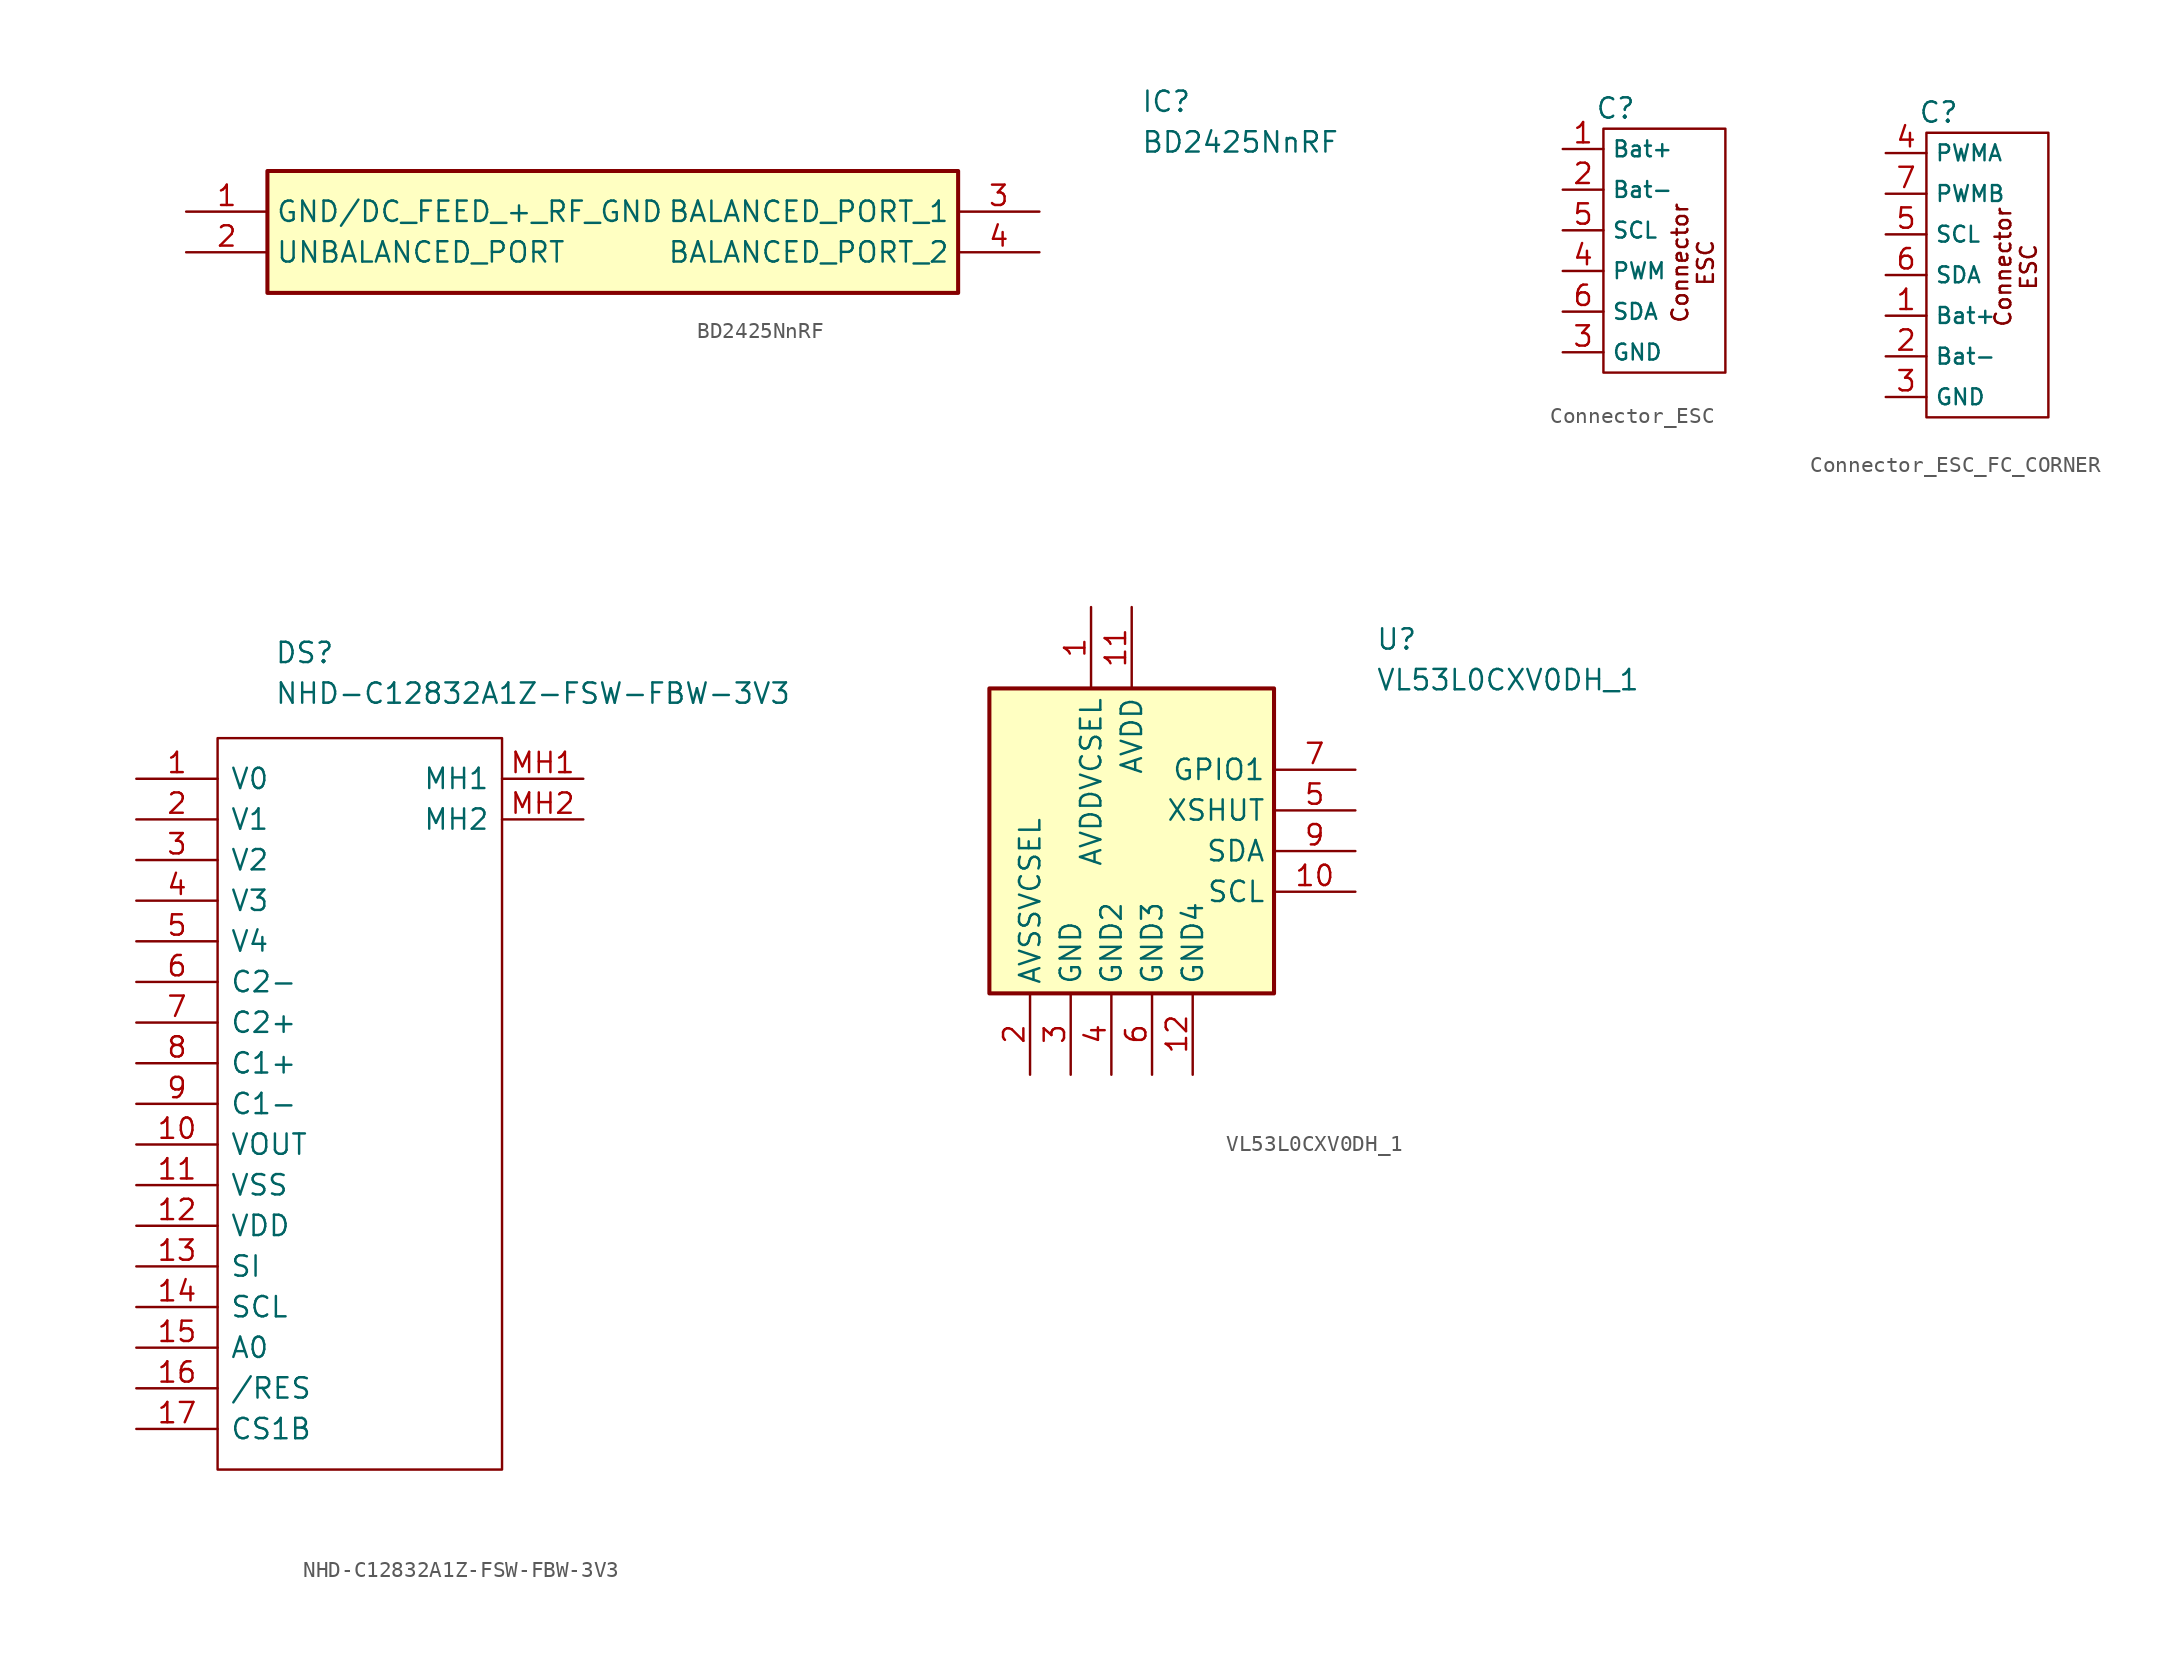
<source format=kicad_sym>
(kicad_symbol_lib
  (version 20231120)
  (generator "kicad_symbol_editor")
  (generator_version "8.0")
  (symbol "BD2425NnRF"
    (property "Reference" "IC"
      (at 59.69 7.62 0)
      (effects (font (size 1.27 1.27)) (justify left top)))
    (property "Value" "BD2425NnRF"
      (at 59.69 5.08 0)
      (effects (font (size 1.27 1.27)) (justify left top)))
    (symbol "BD2425NnRF_1_1"
      (rectangle (start 5.08 2.54) (end 48.26 -5.08) (stroke (width 0.254) (type default)) (fill (type background)))
      (pin passive line (at 0 0 0) (length 5.08) (name "GND/DC_FEED_+_RF_GND" (effects (font (size 1.27 1.27)))) (number "1" (effects (font (size 1.27 1.27)))))
      (pin passive line (at 0 -2.54 0) (length 5.08) (name "UNBALANCED_PORT" (effects (font (size 1.27 1.27)))) (number "2" (effects (font (size 1.27 1.27)))))
      (pin passive line (at 53.34 0 180) (length 5.08) (name "BALANCED_PORT_1" (effects (font (size 1.27 1.27)))) (number "3" (effects (font (size 1.27 1.27)))))
      (pin passive line (at 53.34 -2.54 180) (length 5.08) (name "BALANCED_PORT_2" (effects (font (size 1.27 1.27)))) (number "4" (effects (font (size 1.27 1.27)))))))
  (symbol "Connector_ESC"
    (property "Reference" "C"
      (at -4.318 11.43 0)
      (effects (font (size 1.27 1.27))))
    (property "Value" ""
      (at -8.89 5.08 0)
      (effects (font (size 1.27 1.27))))
    (symbol "Connector_ESC_0_1"
      (rectangle (start -5.08 10.16) (end 2.54 -5.08) (stroke (width 0) (type default)) (fill (type none))))
    (symbol "Connector_ESC_1_1"
      (text "Connector\nESC" (at 0.508 1.778 900) (effects (font (size 0.991 0.991))))
      (pin input line (at -7.62 8.89 0) (length 2.54) (name "Bat+" (effects (font (size 0.991 0.991)))) (number "1" (effects (font (size 1.27 1.27)))))
      (pin input line (at -7.62 6.35 0) (length 2.54) (name "Bat-" (effects (font (size 0.991 0.991)))) (number "2" (effects (font (size 1.27 1.27)))))
      (pin input line (at -7.62 -3.81 0) (length 2.54) (name "GND" (effects (font (size 0.991 0.991)))) (number "3" (effects (font (size 1.27 1.27)))))
      (pin input line (at -7.62 1.27 0) (length 2.54) (name "PWM" (effects (font (size 0.991 0.991)))) (number "4" (effects (font (size 1.27 1.27)))))
      (pin input line (at -7.62 3.81 0) (length 2.54) (name "SCL" (effects (font (size 0.991 0.991)))) (number "5" (effects (font (size 1.27 1.27)))))
      (pin input line (at -7.62 -1.27 0) (length 2.54) (name "SDA" (effects (font (size 0.991 0.991)))) (number "6" (effects (font (size 1.27 1.27)))))))
  (symbol "Connector_ESC_FC_CORNER"
    (property "Reference" "C"
      (at -4.318 11.43 0)
      (effects (font (size 1.27 1.27))))
    (property "Value" ""
      (at -8.89 5.08 0)
      (effects (font (size 1.27 1.27))))
    (symbol "Connector_ESC_FC_CORNER_0_1"
      (rectangle (start -5.08 10.16) (end 2.54 -7.62) (stroke (width 0) (type default)) (fill (type none))))
    (symbol "Connector_ESC_FC_CORNER_1_1"
      (text "Connector\nESC" (at 0.508 1.778 900) (effects (font (size 0.991 0.991))))
      (pin input line (at -7.62 -1.27 0) (length 2.54) (name "Bat+" (effects (font (size 0.991 0.991)))) (number "1" (effects (font (size 1.27 1.27)))))
      (pin input line (at -7.62 -3.81 0) (length 2.54) (name "Bat-" (effects (font (size 0.991 0.991)))) (number "2" (effects (font (size 1.27 1.27)))))
      (pin input line (at -7.62 -6.35 0) (length 2.54) (name "GND" (effects (font (size 0.991 0.991)))) (number "3" (effects (font (size 1.27 1.27)))))
      (pin input line (at -7.62 8.89 0) (length 2.54) (name "PWMA" (effects (font (size 0.991 0.991)))) (number "4" (effects (font (size 1.27 1.27)))))
      (pin input line (at -7.62 3.81 0) (length 2.54) (name "SCL" (effects (font (size 0.991 0.991)))) (number "5" (effects (font (size 1.27 1.27)))))
      (pin input line (at -7.62 1.27 0) (length 2.54) (name "SDA" (effects (font (size 0.991 0.991)))) (number "6" (effects (font (size 1.27 1.27)))))
      (pin input line (at -7.62 6.35 0) (length 2.54) (name "PWMB" (effects (font (size 0.991 0.991)))) (number "7" (effects (font (size 1.27 1.27)))))))
  (symbol "NHD-C12832A1Z-FSW-FBW-3V3"
    (pin_names
      (offset 0.762))
    (property "Reference" "DS"
      (at 8.636 7.874 0)
      (effects (font (size 1.27 1.27)) (justify left)))
    (property "Value" "NHD-C12832A1Z-FSW-FBW-3V3"
      (at 8.636 5.334 0)
      (effects (font (size 1.27 1.27)) (justify left)))
    (symbol "NHD-C12832A1Z-FSW-FBW-3V3_0_0"
      (pin passive line (at 0 0 0) (length 5.08) (name "V0" (effects (font (size 1.27 1.27)))) (number "1" (effects (font (size 1.27 1.27)))))
      (pin passive line (at 0 -22.86 0) (length 5.08) (name "VOUT" (effects (font (size 1.27 1.27)))) (number "10" (effects (font (size 1.27 1.27)))))
      (pin passive line (at 0 -25.4 0) (length 5.08) (name "VSS" (effects (font (size 1.27 1.27)))) (number "11" (effects (font (size 1.27 1.27)))))
      (pin passive line (at 0 -27.94 0) (length 5.08) (name "VDD" (effects (font (size 1.27 1.27)))) (number "12" (effects (font (size 1.27 1.27)))))
      (pin passive line (at 0 -30.48 0) (length 5.08) (name "SI" (effects (font (size 1.27 1.27)))) (number "13" (effects (font (size 1.27 1.27)))))
      (pin passive line (at 0 -33.02 0) (length 5.08) (name "SCL" (effects (font (size 1.27 1.27)))) (number "14" (effects (font (size 1.27 1.27)))))
      (pin passive line (at 0 -35.56 0) (length 5.08) (name "A0" (effects (font (size 1.27 1.27)))) (number "15" (effects (font (size 1.27 1.27)))))
      (pin passive line (at 0 -38.1 0) (length 5.08) (name "/RES" (effects (font (size 1.27 1.27)))) (number "16" (effects (font (size 1.27 1.27)))))
      (pin passive line (at 0 -40.64 0) (length 5.08) (name "CS1B" (effects (font (size 1.27 1.27)))) (number "17" (effects (font (size 1.27 1.27)))))
      (pin passive line (at 0 -2.54 0) (length 5.08) (name "V1" (effects (font (size 1.27 1.27)))) (number "2" (effects (font (size 1.27 1.27)))))
      (pin passive line (at 0 -5.08 0) (length 5.08) (name "V2" (effects (font (size 1.27 1.27)))) (number "3" (effects (font (size 1.27 1.27)))))
      (pin passive line (at 0 -7.62 0) (length 5.08) (name "V3" (effects (font (size 1.27 1.27)))) (number "4" (effects (font (size 1.27 1.27)))))
      (pin passive line (at 0 -10.16 0) (length 5.08) (name "V4" (effects (font (size 1.27 1.27)))) (number "5" (effects (font (size 1.27 1.27)))))
      (pin passive line (at 0 -12.7 0) (length 5.08) (name "C2-" (effects (font (size 1.27 1.27)))) (number "6" (effects (font (size 1.27 1.27)))))
      (pin passive line (at 0 -15.24 0) (length 5.08) (name "C2+" (effects (font (size 1.27 1.27)))) (number "7" (effects (font (size 1.27 1.27)))))
      (pin passive line (at 0 -17.78 0) (length 5.08) (name "C1+" (effects (font (size 1.27 1.27)))) (number "8" (effects (font (size 1.27 1.27)))))
      (pin passive line (at 0 -20.32 0) (length 5.08) (name "C1-" (effects (font (size 1.27 1.27)))) (number "9" (effects (font (size 1.27 1.27)))))
      (pin passive line (at 27.94 0 180) (length 5.08) (name "MH1" (effects (font (size 1.27 1.27)))) (number "MH1" (effects (font (size 1.27 1.27)))))
      (pin passive line (at 27.94 -2.54 180) (length 5.08) (name "MH2" (effects (font (size 1.27 1.27)))) (number "MH2" (effects (font (size 1.27 1.27))))))
    (symbol "NHD-C12832A1Z-FSW-FBW-3V3_0_1"
      (polyline (pts (xy 5.08 2.54) (xy 22.86 2.54) (xy 22.86 -43.18) (xy 5.08 -43.18) (xy 5.08 2.54)) (stroke (width 0.152) (type solid)) (fill (type none)))))
  (symbol "VL53L0CXV0DH_1"
    (property "Reference" "U"
      (at 31.75 7.62 0)
      (effects (font (size 1.27 1.27)) (justify left top)))
    (property "Value" "VL53L0CXV0DH_1"
      (at 31.75 5.08 0)
      (effects (font (size 1.27 1.27)) (justify left top)))
    (symbol "VL53L0CXV0DH_1_1_1"
      (rectangle (start 7.62 3.81) (end 25.4 -15.24) (stroke (width 0.254) (type default)) (fill (type background)))
      (pin power_in line (at 13.97 8.89 270) (length 5.08) (name "AVDDVCSEL" (effects (font (size 1.27 1.27)))) (number "1" (effects (font (size 1.27 1.27)))))
      (pin power_in line (at 30.48 -8.89 180) (length 5.08) (name "SCL" (effects (font (size 1.27 1.27)))) (number "10" (effects (font (size 1.27 1.27)))))
      (pin power_in line (at 16.51 8.89 270) (length 5.08) (name "AVDD" (effects (font (size 1.27 1.27)))) (number "11" (effects (font (size 1.27 1.27)))))
      (pin power_in line (at 20.32 -20.32 90) (length 5.08) (name "GND4" (effects (font (size 1.27 1.27)))) (number "12" (effects (font (size 1.27 1.27)))))
      (pin input line (at 10.16 -20.32 90) (length 5.08) (name "AVSSVCSEL" (effects (font (size 1.27 1.27)))) (number "2" (effects (font (size 1.27 1.27)))))
      (pin bidirectional line (at 12.7 -20.32 90) (length 5.08) (name "GND" (effects (font (size 1.27 1.27)))) (number "3" (effects (font (size 1.27 1.27)))))
      (pin input line (at 15.24 -20.32 90) (length 5.08) (name "GND2" (effects (font (size 1.27 1.27)))) (number "4" (effects (font (size 1.27 1.27)))))
      (pin output line (at 30.48 -3.81 180) (length 5.08) (name "XSHUT" (effects (font (size 1.27 1.27)))) (number "5" (effects (font (size 1.27 1.27)))))
      (pin power_in line (at 17.78 -20.32 90) (length 5.08) (name "GND3" (effects (font (size 1.27 1.27)))) (number "6" (effects (font (size 1.27 1.27)))))
      (pin input line (at 30.48 -1.27 180) (length 5.08) (name "GPIO1" (effects (font (size 1.27 1.27)))) (number "7" (effects (font (size 1.27 1.27)))))
      (pin no_connect line (at 38.1 1.27 180) (length 5.08) hide (name "DNC" (effects (font (size 1.27 1.27)))) (number "8" (effects (font (size 1.27 1.27)))))
      (pin power_in line (at 30.48 -6.35 180) (length 5.08) (name "SDA" (effects (font (size 1.27 1.27)))) (number "9" (effects (font (size 1.27 1.27))))))))
</source>
